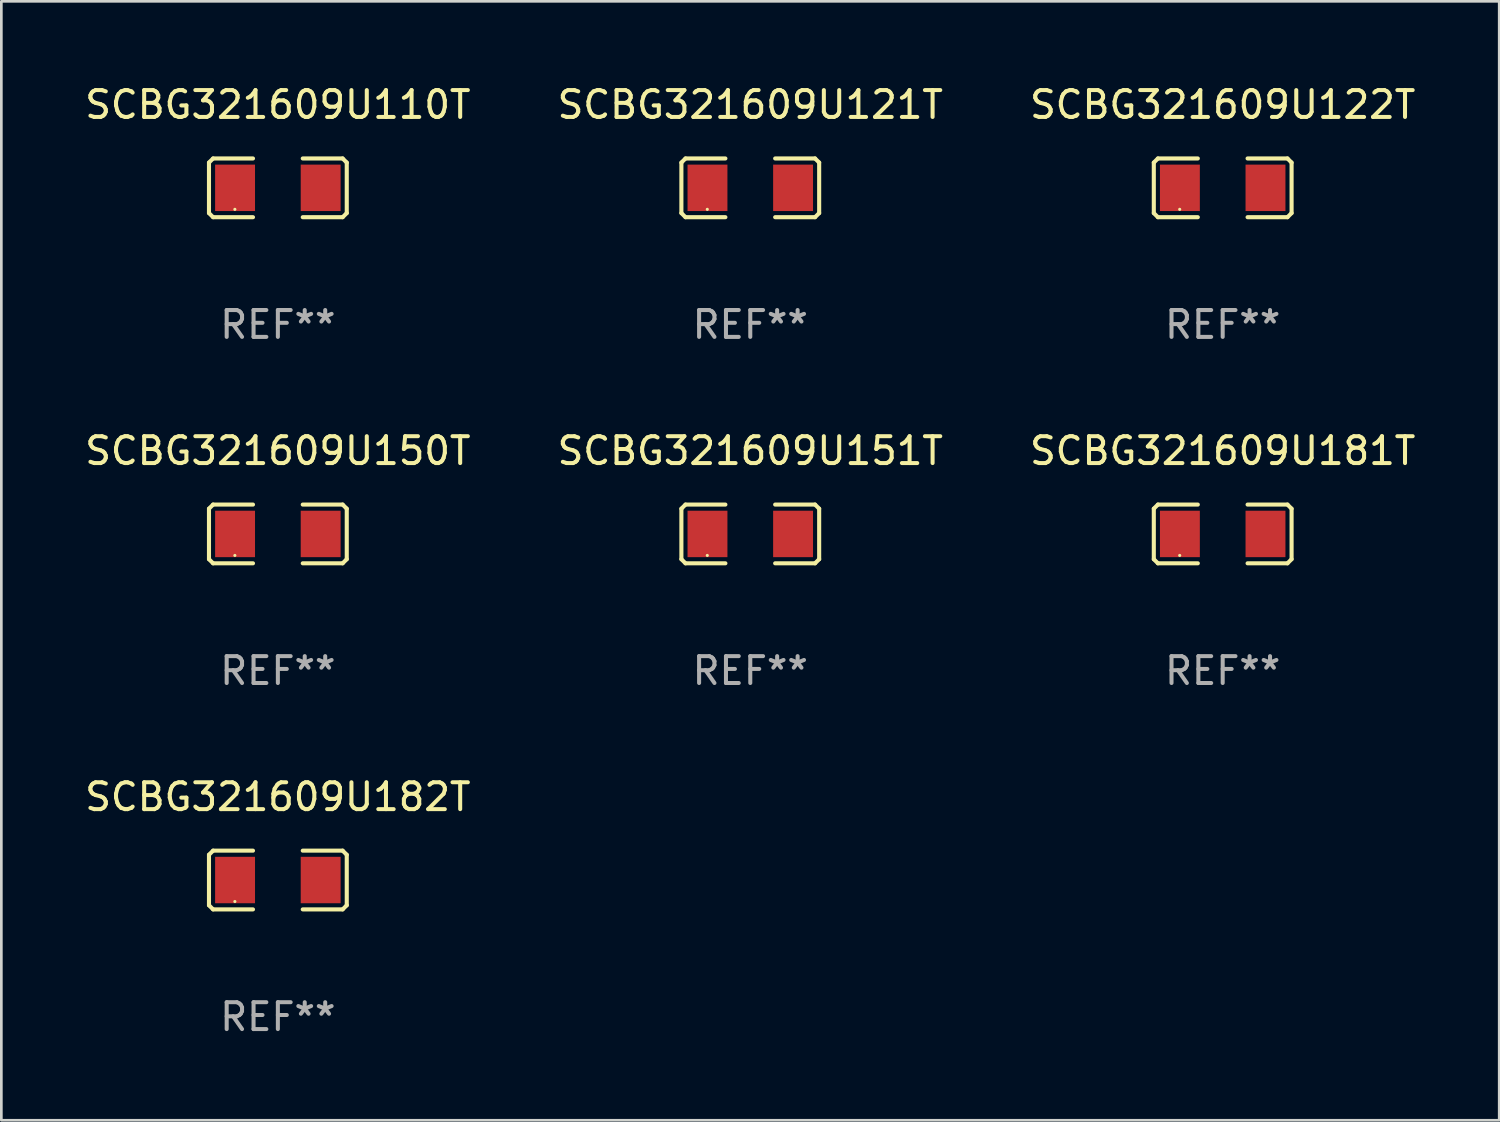
<source format=kicad_pcb>
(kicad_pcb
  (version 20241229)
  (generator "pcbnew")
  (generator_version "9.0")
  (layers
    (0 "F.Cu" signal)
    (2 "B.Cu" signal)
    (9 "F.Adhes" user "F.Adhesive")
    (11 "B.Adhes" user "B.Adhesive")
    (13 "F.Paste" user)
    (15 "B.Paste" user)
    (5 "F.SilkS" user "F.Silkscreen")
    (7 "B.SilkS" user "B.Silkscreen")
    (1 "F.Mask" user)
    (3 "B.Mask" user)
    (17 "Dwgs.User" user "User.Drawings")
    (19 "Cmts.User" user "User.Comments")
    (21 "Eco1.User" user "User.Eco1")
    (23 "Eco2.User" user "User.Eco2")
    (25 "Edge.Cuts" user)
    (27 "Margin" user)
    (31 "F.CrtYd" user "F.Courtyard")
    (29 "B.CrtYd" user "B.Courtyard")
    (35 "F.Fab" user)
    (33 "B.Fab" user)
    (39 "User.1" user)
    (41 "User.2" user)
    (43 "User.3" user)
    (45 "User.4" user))
  (footprint "SCBG321609U122T"
    (layer "F.Cu")
    (at 42.458 3.941)
    (property "Reference" "SCBG321609U122T" (at 0 -3.093 0) (layer "F.SilkS") (effects (font (size 1 1) (thickness 0.15))))
    (attr through_hole)
    (fp_line (start -2.564 -0.94) (end -2.411 -1.093) (stroke (width 0.152) (type solid)) (layer "F.SilkS"))
    (fp_line (start -2.564 0.94) (end -2.564 -0.94) (stroke (width 0.152) (type solid)) (layer "F.SilkS"))
    (fp_line (start -2.411 -1.093) (end -0.926 -1.093) (stroke (width 0.152) (type solid)) (layer "F.SilkS"))
    (fp_line (start -2.411 1.093) (end -2.564 0.94) (stroke (width 0.152) (type solid)) (layer "F.SilkS"))
    (fp_line (start -0.926 1.093) (end -2.411 1.093) (stroke (width 0.152) (type solid)) (layer "F.SilkS"))
    (fp_line (start 0.926 1.093) (end 2.411 1.093) (stroke (width 0.152) (type solid)) (layer "F.SilkS"))
    (fp_line (start 2.411 -1.093) (end 0.926 -1.093) (stroke (width 0.152) (type solid)) (layer "F.SilkS"))
    (fp_line (start 2.411 1.093) (end 2.564 0.94) (stroke (width 0.152) (type solid)) (layer "F.SilkS"))
    (fp_line (start 2.564 -0.94) (end 2.411 -1.093) (stroke (width 0.152) (type solid)) (layer "F.SilkS"))
    (fp_line (start 2.564 0.94) (end 2.564 -0.94) (stroke (width 0.152) (type solid)) (layer "F.SilkS"))
    (fp_circle (center -1.6 0.8) (end -1.57 0.8) (stroke (width 0.06) (type solid)) (fill no) (layer "F.SilkS"))
    (fp_text user "REF**" (at 0 5.093 0) (layer "F.Fab") (effects (font (size 1 1) (thickness 0.15))))
    (pad "1" smd rect (at -1.593 0) (size 1.485 1.728) (layers "F.Cu" "F.Mask" "F.Paste"))
    (pad "2" smd rect (at 1.593 0) (size 1.485 1.728) (layers "F.Cu" "F.Mask" "F.Paste")))
  (footprint "SCBG321609U182T"
    (layer "F.Cu")
    (at 7.292 29.704)
    (property "Reference" "SCBG321609U182T" (at 0 -3.093 0) (layer "F.SilkS") (effects (font (size 1 1) (thickness 0.15))))
    (attr through_hole)
    (fp_line (start -2.564 -0.94) (end -2.411 -1.093) (stroke (width 0.152) (type solid)) (layer "F.SilkS"))
    (fp_line (start -2.564 0.94) (end -2.564 -0.94) (stroke (width 0.152) (type solid)) (layer "F.SilkS"))
    (fp_line (start -2.411 -1.093) (end -0.926 -1.093) (stroke (width 0.152) (type solid)) (layer "F.SilkS"))
    (fp_line (start -2.411 1.093) (end -2.564 0.94) (stroke (width 0.152) (type solid)) (layer "F.SilkS"))
    (fp_line (start -0.926 1.093) (end -2.411 1.093) (stroke (width 0.152) (type solid)) (layer "F.SilkS"))
    (fp_line (start 0.926 1.093) (end 2.411 1.093) (stroke (width 0.152) (type solid)) (layer "F.SilkS"))
    (fp_line (start 2.411 -1.093) (end 0.926 -1.093) (stroke (width 0.152) (type solid)) (layer "F.SilkS"))
    (fp_line (start 2.411 1.093) (end 2.564 0.94) (stroke (width 0.152) (type solid)) (layer "F.SilkS"))
    (fp_line (start 2.564 -0.94) (end 2.411 -1.093) (stroke (width 0.152) (type solid)) (layer "F.SilkS"))
    (fp_line (start 2.564 0.94) (end 2.564 -0.94) (stroke (width 0.152) (type solid)) (layer "F.SilkS"))
    (fp_circle (center -1.6 0.8) (end -1.57 0.8) (stroke (width 0.06) (type solid)) (fill no) (layer "F.SilkS"))
    (fp_text user "REF**" (at 0 5.093 0) (layer "F.Fab") (effects (font (size 1 1) (thickness 0.15))))
    (pad "1" smd rect (at -1.593 0) (size 1.485 1.728) (layers "F.Cu" "F.Mask" "F.Paste"))
    (pad "2" smd rect (at 1.593 0) (size 1.485 1.728) (layers "F.Cu" "F.Mask" "F.Paste")))
  (footprint "SCBG321609U181T"
    (layer "F.Cu")
    (at 42.458 16.823)
    (property "Reference" "SCBG321609U181T" (at 0 -3.093 0) (layer "F.SilkS") (effects (font (size 1 1) (thickness 0.15))))
    (attr through_hole)
    (fp_line (start -2.564 -0.94) (end -2.411 -1.093) (stroke (width 0.152) (type solid)) (layer "F.SilkS"))
    (fp_line (start -2.564 0.94) (end -2.564 -0.94) (stroke (width 0.152) (type solid)) (layer "F.SilkS"))
    (fp_line (start -2.411 -1.093) (end -0.926 -1.093) (stroke (width 0.152) (type solid)) (layer "F.SilkS"))
    (fp_line (start -2.411 1.093) (end -2.564 0.94) (stroke (width 0.152) (type solid)) (layer "F.SilkS"))
    (fp_line (start -0.926 1.093) (end -2.411 1.093) (stroke (width 0.152) (type solid)) (layer "F.SilkS"))
    (fp_line (start 0.926 1.093) (end 2.411 1.093) (stroke (width 0.152) (type solid)) (layer "F.SilkS"))
    (fp_line (start 2.411 -1.093) (end 0.926 -1.093) (stroke (width 0.152) (type solid)) (layer "F.SilkS"))
    (fp_line (start 2.411 1.093) (end 2.564 0.94) (stroke (width 0.152) (type solid)) (layer "F.SilkS"))
    (fp_line (start 2.564 -0.94) (end 2.411 -1.093) (stroke (width 0.152) (type solid)) (layer "F.SilkS"))
    (fp_line (start 2.564 0.94) (end 2.564 -0.94) (stroke (width 0.152) (type solid)) (layer "F.SilkS"))
    (fp_circle (center -1.6 0.8) (end -1.57 0.8) (stroke (width 0.06) (type solid)) (fill no) (layer "F.SilkS"))
    (fp_text user "REF**" (at 0 5.093 0) (layer "F.Fab") (effects (font (size 1 1) (thickness 0.15))))
    (pad "1" smd rect (at -1.593 0) (size 1.485 1.728) (layers "F.Cu" "F.Mask" "F.Paste"))
    (pad "2" smd rect (at 1.593 0) (size 1.485 1.728) (layers "F.Cu" "F.Mask" "F.Paste")))
  (footprint "SCBG321609U151T"
    (layer "F.Cu")
    (at 24.875 16.823)
    (property "Reference" "SCBG321609U151T" (at 0 -3.093 0) (layer "F.SilkS") (effects (font (size 1 1) (thickness 0.15))))
    (attr through_hole)
    (fp_line (start -2.564 -0.94) (end -2.411 -1.093) (stroke (width 0.152) (type solid)) (layer "F.SilkS"))
    (fp_line (start -2.564 0.94) (end -2.564 -0.94) (stroke (width 0.152) (type solid)) (layer "F.SilkS"))
    (fp_line (start -2.411 -1.093) (end -0.926 -1.093) (stroke (width 0.152) (type solid)) (layer "F.SilkS"))
    (fp_line (start -2.411 1.093) (end -2.564 0.94) (stroke (width 0.152) (type solid)) (layer "F.SilkS"))
    (fp_line (start -0.926 1.093) (end -2.411 1.093) (stroke (width 0.152) (type solid)) (layer "F.SilkS"))
    (fp_line (start 0.926 1.093) (end 2.411 1.093) (stroke (width 0.152) (type solid)) (layer "F.SilkS"))
    (fp_line (start 2.411 -1.093) (end 0.926 -1.093) (stroke (width 0.152) (type solid)) (layer "F.SilkS"))
    (fp_line (start 2.411 1.093) (end 2.564 0.94) (stroke (width 0.152) (type solid)) (layer "F.SilkS"))
    (fp_line (start 2.564 -0.94) (end 2.411 -1.093) (stroke (width 0.152) (type solid)) (layer "F.SilkS"))
    (fp_line (start 2.564 0.94) (end 2.564 -0.94) (stroke (width 0.152) (type solid)) (layer "F.SilkS"))
    (fp_circle (center -1.6 0.8) (end -1.57 0.8) (stroke (width 0.06) (type solid)) (fill no) (layer "F.SilkS"))
    (fp_text user "REF**" (at 0 5.093 0) (layer "F.Fab") (effects (font (size 1 1) (thickness 0.15))))
    (pad "1" smd rect (at -1.593 0) (size 1.485 1.728) (layers "F.Cu" "F.Mask" "F.Paste"))
    (pad "2" smd rect (at 1.593 0) (size 1.485 1.728) (layers "F.Cu" "F.Mask" "F.Paste")))
  (footprint "SCBG321609U110T"
    (layer "F.Cu")
    (at 7.292 3.941)
    (property "Reference" "SCBG321609U110T" (at 0 -3.093 0) (layer "F.SilkS") (effects (font (size 1 1) (thickness 0.15))))
    (attr through_hole)
    (fp_line (start -2.564 -0.94) (end -2.411 -1.093) (stroke (width 0.152) (type solid)) (layer "F.SilkS"))
    (fp_line (start -2.564 0.94) (end -2.564 -0.94) (stroke (width 0.152) (type solid)) (layer "F.SilkS"))
    (fp_line (start -2.411 -1.093) (end -0.926 -1.093) (stroke (width 0.152) (type solid)) (layer "F.SilkS"))
    (fp_line (start -2.411 1.093) (end -2.564 0.94) (stroke (width 0.152) (type solid)) (layer "F.SilkS"))
    (fp_line (start -0.926 1.093) (end -2.411 1.093) (stroke (width 0.152) (type solid)) (layer "F.SilkS"))
    (fp_line (start 0.926 1.093) (end 2.411 1.093) (stroke (width 0.152) (type solid)) (layer "F.SilkS"))
    (fp_line (start 2.411 -1.093) (end 0.926 -1.093) (stroke (width 0.152) (type solid)) (layer "F.SilkS"))
    (fp_line (start 2.411 1.093) (end 2.564 0.94) (stroke (width 0.152) (type solid)) (layer "F.SilkS"))
    (fp_line (start 2.564 -0.94) (end 2.411 -1.093) (stroke (width 0.152) (type solid)) (layer "F.SilkS"))
    (fp_line (start 2.564 0.94) (end 2.564 -0.94) (stroke (width 0.152) (type solid)) (layer "F.SilkS"))
    (fp_circle (center -1.6 0.8) (end -1.57 0.8) (stroke (width 0.06) (type solid)) (fill no) (layer "F.SilkS"))
    (fp_text user "REF**" (at 0 5.093 0) (layer "F.Fab") (effects (font (size 1 1) (thickness 0.15))))
    (pad "1" smd rect (at -1.593 0) (size 1.485 1.728) (layers "F.Cu" "F.Mask" "F.Paste"))
    (pad "2" smd rect (at 1.593 0) (size 1.485 1.728) (layers "F.Cu" "F.Mask" "F.Paste")))
  (footprint "SCBG321609U150T"
    (layer "F.Cu")
    (at 7.292 16.823)
    (property "Reference" "SCBG321609U150T" (at 0 -3.093 0) (layer "F.SilkS") (effects (font (size 1 1) (thickness 0.15))))
    (attr through_hole)
    (fp_line (start -2.564 -0.94) (end -2.411 -1.093) (stroke (width 0.152) (type solid)) (layer "F.SilkS"))
    (fp_line (start -2.564 0.94) (end -2.564 -0.94) (stroke (width 0.152) (type solid)) (layer "F.SilkS"))
    (fp_line (start -2.411 -1.093) (end -0.926 -1.093) (stroke (width 0.152) (type solid)) (layer "F.SilkS"))
    (fp_line (start -2.411 1.093) (end -2.564 0.94) (stroke (width 0.152) (type solid)) (layer "F.SilkS"))
    (fp_line (start -0.926 1.093) (end -2.411 1.093) (stroke (width 0.152) (type solid)) (layer "F.SilkS"))
    (fp_line (start 0.926 1.093) (end 2.411 1.093) (stroke (width 0.152) (type solid)) (layer "F.SilkS"))
    (fp_line (start 2.411 -1.093) (end 0.926 -1.093) (stroke (width 0.152) (type solid)) (layer "F.SilkS"))
    (fp_line (start 2.411 1.093) (end 2.564 0.94) (stroke (width 0.152) (type solid)) (layer "F.SilkS"))
    (fp_line (start 2.564 -0.94) (end 2.411 -1.093) (stroke (width 0.152) (type solid)) (layer "F.SilkS"))
    (fp_line (start 2.564 0.94) (end 2.564 -0.94) (stroke (width 0.152) (type solid)) (layer "F.SilkS"))
    (fp_circle (center -1.6 0.8) (end -1.57 0.8) (stroke (width 0.06) (type solid)) (fill no) (layer "F.SilkS"))
    (fp_text user "REF**" (at 0 5.093 0) (layer "F.Fab") (effects (font (size 1 1) (thickness 0.15))))
    (pad "1" smd rect (at -1.593 0) (size 1.485 1.728) (layers "F.Cu" "F.Mask" "F.Paste"))
    (pad "2" smd rect (at 1.593 0) (size 1.485 1.728) (layers "F.Cu" "F.Mask" "F.Paste")))
  (footprint "SCBG321609U121T"
    (layer "F.Cu")
    (at 24.875 3.941)
    (property "Reference" "SCBG321609U121T" (at 0 -3.093 0) (layer "F.SilkS") (effects (font (size 1 1) (thickness 0.15))))
    (attr through_hole)
    (fp_line (start -2.564 -0.94) (end -2.411 -1.093) (stroke (width 0.152) (type solid)) (layer "F.SilkS"))
    (fp_line (start -2.564 0.94) (end -2.564 -0.94) (stroke (width 0.152) (type solid)) (layer "F.SilkS"))
    (fp_line (start -2.411 -1.093) (end -0.926 -1.093) (stroke (width 0.152) (type solid)) (layer "F.SilkS"))
    (fp_line (start -2.411 1.093) (end -2.564 0.94) (stroke (width 0.152) (type solid)) (layer "F.SilkS"))
    (fp_line (start -0.926 1.093) (end -2.411 1.093) (stroke (width 0.152) (type solid)) (layer "F.SilkS"))
    (fp_line (start 0.926 1.093) (end 2.411 1.093) (stroke (width 0.152) (type solid)) (layer "F.SilkS"))
    (fp_line (start 2.411 -1.093) (end 0.926 -1.093) (stroke (width 0.152) (type solid)) (layer "F.SilkS"))
    (fp_line (start 2.411 1.093) (end 2.564 0.94) (stroke (width 0.152) (type solid)) (layer "F.SilkS"))
    (fp_line (start 2.564 -0.94) (end 2.411 -1.093) (stroke (width 0.152) (type solid)) (layer "F.SilkS"))
    (fp_line (start 2.564 0.94) (end 2.564 -0.94) (stroke (width 0.152) (type solid)) (layer "F.SilkS"))
    (fp_circle (center -1.6 0.8) (end -1.57 0.8) (stroke (width 0.06) (type solid)) (fill no) (layer "F.SilkS"))
    (fp_text user "REF**" (at 0 5.093 0) (layer "F.Fab") (effects (font (size 1 1) (thickness 0.15))))
    (pad "1" smd rect (at -1.593 0) (size 1.485 1.728) (layers "F.Cu" "F.Mask" "F.Paste"))
    (pad "2" smd rect (at 1.593 0) (size 1.485 1.728) (layers "F.Cu" "F.Mask" "F.Paste")))
  (gr_rect
    (start -3 -3)
    (end 52.75 38.645)
    (stroke (width 0.1) (type default))
    (fill no)
    (layer "Edge.Cuts")))
</source>
